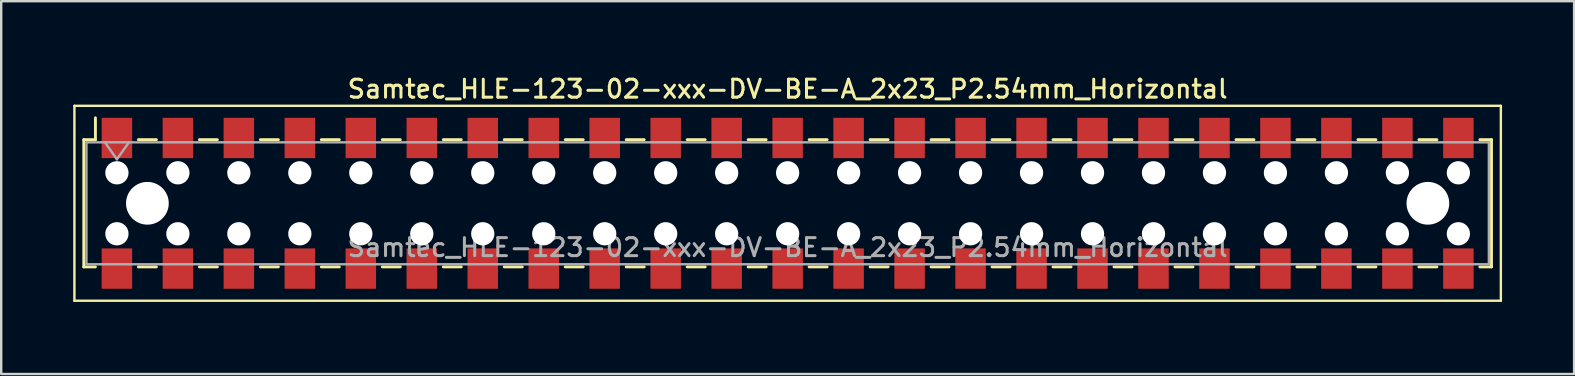
<source format=kicad_pcb>
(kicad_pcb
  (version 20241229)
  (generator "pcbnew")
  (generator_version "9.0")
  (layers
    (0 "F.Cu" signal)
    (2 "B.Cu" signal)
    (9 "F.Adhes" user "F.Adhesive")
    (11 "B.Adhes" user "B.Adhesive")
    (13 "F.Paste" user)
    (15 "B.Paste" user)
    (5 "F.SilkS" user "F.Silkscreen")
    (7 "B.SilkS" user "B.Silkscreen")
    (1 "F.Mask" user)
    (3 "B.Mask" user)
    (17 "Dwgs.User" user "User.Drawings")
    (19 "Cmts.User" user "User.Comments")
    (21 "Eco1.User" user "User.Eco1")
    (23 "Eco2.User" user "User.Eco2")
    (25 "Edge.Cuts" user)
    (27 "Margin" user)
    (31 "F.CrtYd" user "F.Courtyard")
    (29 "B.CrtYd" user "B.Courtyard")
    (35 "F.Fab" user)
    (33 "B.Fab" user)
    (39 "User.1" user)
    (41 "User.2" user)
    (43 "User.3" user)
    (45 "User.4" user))
  (footprint "Samtec_HLE-123-02-xxx-DV-BE-A_2x23_P2.54mm_Horizontal"
    (layer "F.Cu")
    (at 29.76 5.418)
    (property "Reference" "Samtec_HLE-123-02-xxx-DV-BE-A_2x23_P2.54mm_Horizontal" (at 0 -4.76 0) (layer "F.SilkS") (effects (font (size 0.75 0.75) (thickness 0.125))))
    (attr smd)
    (fp_line (start -29.71 -4.06) (end 29.71 -4.06) (stroke (width 0.1) (type solid)) (layer "F.SilkS"))
    (fp_line (start -29.71 4.06) (end -29.71 -4.06) (stroke (width 0.1) (type solid)) (layer "F.SilkS"))
    (fp_line (start -29.32 -2.65) (end -29.32 2.65) (stroke (width 0.12) (type solid)) (layer "F.SilkS"))
    (fp_line (start -29.32 2.65) (end -28.835 2.65) (stroke (width 0.12) (type solid)) (layer "F.SilkS"))
    (fp_line (start -28.835 -3.56) (end -28.835 -2.65) (stroke (width 0.12) (type solid)) (layer "F.SilkS"))
    (fp_line (start -28.835 -2.65) (end -29.32 -2.65) (stroke (width 0.12) (type solid)) (layer "F.SilkS"))
    (fp_line (start -27.045 -2.65) (end -26.295 -2.65) (stroke (width 0.12) (type solid)) (layer "F.SilkS"))
    (fp_line (start -27.045 2.65) (end -26.295 2.65) (stroke (width 0.12) (type solid)) (layer "F.SilkS"))
    (fp_line (start -24.505 -2.65) (end -23.755 -2.65) (stroke (width 0.12) (type solid)) (layer "F.SilkS"))
    (fp_line (start -24.505 2.65) (end -23.755 2.65) (stroke (width 0.12) (type solid)) (layer "F.SilkS"))
    (fp_line (start -21.965 -2.65) (end -21.215 -2.65) (stroke (width 0.12) (type solid)) (layer "F.SilkS"))
    (fp_line (start -21.965 2.65) (end -21.215 2.65) (stroke (width 0.12) (type solid)) (layer "F.SilkS"))
    (fp_line (start -19.425 -2.65) (end -18.675 -2.65) (stroke (width 0.12) (type solid)) (layer "F.SilkS"))
    (fp_line (start -19.425 2.65) (end -18.675 2.65) (stroke (width 0.12) (type solid)) (layer "F.SilkS"))
    (fp_line (start -16.885 -2.65) (end -16.135 -2.65) (stroke (width 0.12) (type solid)) (layer "F.SilkS"))
    (fp_line (start -16.885 2.65) (end -16.135 2.65) (stroke (width 0.12) (type solid)) (layer "F.SilkS"))
    (fp_line (start -14.345 -2.65) (end -13.595 -2.65) (stroke (width 0.12) (type solid)) (layer "F.SilkS"))
    (fp_line (start -14.345 2.65) (end -13.595 2.65) (stroke (width 0.12) (type solid)) (layer "F.SilkS"))
    (fp_line (start -11.805 -2.65) (end -11.055 -2.65) (stroke (width 0.12) (type solid)) (layer "F.SilkS"))
    (fp_line (start -11.805 2.65) (end -11.055 2.65) (stroke (width 0.12) (type solid)) (layer "F.SilkS"))
    (fp_line (start -9.265 -2.65) (end -8.515 -2.65) (stroke (width 0.12) (type solid)) (layer "F.SilkS"))
    (fp_line (start -9.265 2.65) (end -8.515 2.65) (stroke (width 0.12) (type solid)) (layer "F.SilkS"))
    (fp_line (start -6.725 -2.65) (end -5.975 -2.65) (stroke (width 0.12) (type solid)) (layer "F.SilkS"))
    (fp_line (start -6.725 2.65) (end -5.975 2.65) (stroke (width 0.12) (type solid)) (layer "F.SilkS"))
    (fp_line (start -4.185 -2.65) (end -3.435 -2.65) (stroke (width 0.12) (type solid)) (layer "F.SilkS"))
    (fp_line (start -4.185 2.65) (end -3.435 2.65) (stroke (width 0.12) (type solid)) (layer "F.SilkS"))
    (fp_line (start -1.645 -2.65) (end -0.895 -2.65) (stroke (width 0.12) (type solid)) (layer "F.SilkS"))
    (fp_line (start -1.645 2.65) (end -0.895 2.65) (stroke (width 0.12) (type solid)) (layer "F.SilkS"))
    (fp_line (start 0.895 -2.65) (end 1.645 -2.65) (stroke (width 0.12) (type solid)) (layer "F.SilkS"))
    (fp_line (start 0.895 2.65) (end 1.645 2.65) (stroke (width 0.12) (type solid)) (layer "F.SilkS"))
    (fp_line (start 3.435 -2.65) (end 4.185 -2.65) (stroke (width 0.12) (type solid)) (layer "F.SilkS"))
    (fp_line (start 3.435 2.65) (end 4.185 2.65) (stroke (width 0.12) (type solid)) (layer "F.SilkS"))
    (fp_line (start 5.975 -2.65) (end 6.725 -2.65) (stroke (width 0.12) (type solid)) (layer "F.SilkS"))
    (fp_line (start 5.975 2.65) (end 6.725 2.65) (stroke (width 0.12) (type solid)) (layer "F.SilkS"))
    (fp_line (start 8.515 -2.65) (end 9.265 -2.65) (stroke (width 0.12) (type solid)) (layer "F.SilkS"))
    (fp_line (start 8.515 2.65) (end 9.265 2.65) (stroke (width 0.12) (type solid)) (layer "F.SilkS"))
    (fp_line (start 11.055 -2.65) (end 11.805 -2.65) (stroke (width 0.12) (type solid)) (layer "F.SilkS"))
    (fp_line (start 11.055 2.65) (end 11.805 2.65) (stroke (width 0.12) (type solid)) (layer "F.SilkS"))
    (fp_line (start 13.595 -2.65) (end 14.345 -2.65) (stroke (width 0.12) (type solid)) (layer "F.SilkS"))
    (fp_line (start 13.595 2.65) (end 14.345 2.65) (stroke (width 0.12) (type solid)) (layer "F.SilkS"))
    (fp_line (start 16.135 -2.65) (end 16.885 -2.65) (stroke (width 0.12) (type solid)) (layer "F.SilkS"))
    (fp_line (start 16.135 2.65) (end 16.885 2.65) (stroke (width 0.12) (type solid)) (layer "F.SilkS"))
    (fp_line (start 18.675 -2.65) (end 19.425 -2.65) (stroke (width 0.12) (type solid)) (layer "F.SilkS"))
    (fp_line (start 18.675 2.65) (end 19.425 2.65) (stroke (width 0.12) (type solid)) (layer "F.SilkS"))
    (fp_line (start 21.215 -2.65) (end 21.965 -2.65) (stroke (width 0.12) (type solid)) (layer "F.SilkS"))
    (fp_line (start 21.215 2.65) (end 21.965 2.65) (stroke (width 0.12) (type solid)) (layer "F.SilkS"))
    (fp_line (start 23.755 -2.65) (end 24.505 -2.65) (stroke (width 0.12) (type solid)) (layer "F.SilkS"))
    (fp_line (start 23.755 2.65) (end 24.505 2.65) (stroke (width 0.12) (type solid)) (layer "F.SilkS"))
    (fp_line (start 26.295 -2.65) (end 27.045 -2.65) (stroke (width 0.12) (type solid)) (layer "F.SilkS"))
    (fp_line (start 26.295 2.65) (end 27.045 2.65) (stroke (width 0.12) (type solid)) (layer "F.SilkS"))
    (fp_line (start 28.835 -2.65) (end 29.32 -2.65) (stroke (width 0.12) (type solid)) (layer "F.SilkS"))
    (fp_line (start 29.32 -2.65) (end 29.32 2.65) (stroke (width 0.12) (type solid)) (layer "F.SilkS"))
    (fp_line (start 29.32 2.65) (end 28.835 2.65) (stroke (width 0.12) (type solid)) (layer "F.SilkS"))
    (fp_line (start 29.71 -4.06) (end 29.71 4.06) (stroke (width 0.1) (type solid)) (layer "F.SilkS"))
    (fp_line (start 29.71 4.06) (end -29.71 4.06) (stroke (width 0.1) (type solid)) (layer "F.SilkS"))
    (fp_line (start -29.21 -2.54) (end 29.21 -2.54) (stroke (width 0.1) (type solid)) (layer "F.Fab"))
    (fp_line (start -29.21 2.54) (end -29.21 -2.54) (stroke (width 0.1) (type solid)) (layer "F.Fab"))
    (fp_line (start -28.44 -2.54) (end -27.94 -1.833) (stroke (width 0.1) (type solid)) (layer "F.Fab"))
    (fp_line (start -27.94 -1.833) (end -27.44 -2.54) (stroke (width 0.1) (type solid)) (layer "F.Fab"))
    (fp_line (start 29.21 -2.54) (end 29.21 2.54) (stroke (width 0.1) (type solid)) (layer "F.Fab"))
    (fp_line (start 29.21 2.54) (end -29.21 2.54) (stroke (width 0.1) (type solid)) (layer "F.Fab"))
    (fp_text user "${REFERENCE}" (at 0 1.84 0) (layer "F.Fab") (effects (font (size 0.75 0.75) (thickness 0.125))))
    (pad "" np_thru_hole circle (at -27.94 -1.27) (size 0.97 0.97) (drill 0.97) (layers "*.Cu" "*.Mask"))
    (pad "" np_thru_hole circle (at -27.94 1.27) (size 0.97 0.97) (drill 0.97) (layers "*.Cu" "*.Mask"))
    (pad "" np_thru_hole circle (at -26.67 0) (size 1.78 1.78) (drill 1.78) (layers "*.Cu" "*.Mask"))
    (pad "" np_thru_hole circle (at -25.4 -1.27) (size 0.97 0.97) (drill 0.97) (layers "*.Cu" "*.Mask"))
    (pad "" np_thru_hole circle (at -25.4 1.27) (size 0.97 0.97) (drill 0.97) (layers "*.Cu" "*.Mask"))
    (pad "" np_thru_hole circle (at -22.86 -1.27) (size 0.97 0.97) (drill 0.97) (layers "*.Cu" "*.Mask"))
    (pad "" np_thru_hole circle (at -22.86 1.27) (size 0.97 0.97) (drill 0.97) (layers "*.Cu" "*.Mask"))
    (pad "" np_thru_hole circle (at -20.32 -1.27) (size 0.97 0.97) (drill 0.97) (layers "*.Cu" "*.Mask"))
    (pad "" np_thru_hole circle (at -20.32 1.27) (size 0.97 0.97) (drill 0.97) (layers "*.Cu" "*.Mask"))
    (pad "" np_thru_hole circle (at -17.78 -1.27) (size 0.97 0.97) (drill 0.97) (layers "*.Cu" "*.Mask"))
    (pad "" np_thru_hole circle (at -17.78 1.27) (size 0.97 0.97) (drill 0.97) (layers "*.Cu" "*.Mask"))
    (pad "" np_thru_hole circle (at -15.24 -1.27) (size 0.97 0.97) (drill 0.97) (layers "*.Cu" "*.Mask"))
    (pad "" np_thru_hole circle (at -15.24 1.27) (size 0.97 0.97) (drill 0.97) (layers "*.Cu" "*.Mask"))
    (pad "" np_thru_hole circle (at -12.7 -1.27) (size 0.97 0.97) (drill 0.97) (layers "*.Cu" "*.Mask"))
    (pad "" np_thru_hole circle (at -12.7 1.27) (size 0.97 0.97) (drill 0.97) (layers "*.Cu" "*.Mask"))
    (pad "" np_thru_hole circle (at -10.16 -1.27) (size 0.97 0.97) (drill 0.97) (layers "*.Cu" "*.Mask"))
    (pad "" np_thru_hole circle (at -10.16 1.27) (size 0.97 0.97) (drill 0.97) (layers "*.Cu" "*.Mask"))
    (pad "" np_thru_hole circle (at -7.62 -1.27) (size 0.97 0.97) (drill 0.97) (layers "*.Cu" "*.Mask"))
    (pad "" np_thru_hole circle (at -7.62 1.27) (size 0.97 0.97) (drill 0.97) (layers "*.Cu" "*.Mask"))
    (pad "" np_thru_hole circle (at -5.08 -1.27) (size 0.97 0.97) (drill 0.97) (layers "*.Cu" "*.Mask"))
    (pad "" np_thru_hole circle (at -5.08 1.27) (size 0.97 0.97) (drill 0.97) (layers "*.Cu" "*.Mask"))
    (pad "" np_thru_hole circle (at -2.54 -1.27) (size 0.97 0.97) (drill 0.97) (layers "*.Cu" "*.Mask"))
    (pad "" np_thru_hole circle (at -2.54 1.27) (size 0.97 0.97) (drill 0.97) (layers "*.Cu" "*.Mask"))
    (pad "" np_thru_hole circle (at 0 -1.27) (size 0.97 0.97) (drill 0.97) (layers "*.Cu" "*.Mask"))
    (pad "" np_thru_hole circle (at 0 1.27) (size 0.97 0.97) (drill 0.97) (layers "*.Cu" "*.Mask"))
    (pad "" np_thru_hole circle (at 2.54 -1.27) (size 0.97 0.97) (drill 0.97) (layers "*.Cu" "*.Mask"))
    (pad "" np_thru_hole circle (at 2.54 1.27) (size 0.97 0.97) (drill 0.97) (layers "*.Cu" "*.Mask"))
    (pad "" np_thru_hole circle (at 5.08 -1.27) (size 0.97 0.97) (drill 0.97) (layers "*.Cu" "*.Mask"))
    (pad "" np_thru_hole circle (at 5.08 1.27) (size 0.97 0.97) (drill 0.97) (layers "*.Cu" "*.Mask"))
    (pad "" np_thru_hole circle (at 7.62 -1.27) (size 0.97 0.97) (drill 0.97) (layers "*.Cu" "*.Mask"))
    (pad "" np_thru_hole circle (at 7.62 1.27) (size 0.97 0.97) (drill 0.97) (layers "*.Cu" "*.Mask"))
    (pad "" np_thru_hole circle (at 10.16 -1.27) (size 0.97 0.97) (drill 0.97) (layers "*.Cu" "*.Mask"))
    (pad "" np_thru_hole circle (at 10.16 1.27) (size 0.97 0.97) (drill 0.97) (layers "*.Cu" "*.Mask"))
    (pad "" np_thru_hole circle (at 12.7 -1.27) (size 0.97 0.97) (drill 0.97) (layers "*.Cu" "*.Mask"))
    (pad "" np_thru_hole circle (at 12.7 1.27) (size 0.97 0.97) (drill 0.97) (layers "*.Cu" "*.Mask"))
    (pad "" np_thru_hole circle (at 15.24 -1.27) (size 0.97 0.97) (drill 0.97) (layers "*.Cu" "*.Mask"))
    (pad "" np_thru_hole circle (at 15.24 1.27) (size 0.97 0.97) (drill 0.97) (layers "*.Cu" "*.Mask"))
    (pad "" np_thru_hole circle (at 17.78 -1.27) (size 0.97 0.97) (drill 0.97) (layers "*.Cu" "*.Mask"))
    (pad "" np_thru_hole circle (at 17.78 1.27) (size 0.97 0.97) (drill 0.97) (layers "*.Cu" "*.Mask"))
    (pad "" np_thru_hole circle (at 20.32 -1.27) (size 0.97 0.97) (drill 0.97) (layers "*.Cu" "*.Mask"))
    (pad "" np_thru_hole circle (at 20.32 1.27) (size 0.97 0.97) (drill 0.97) (layers "*.Cu" "*.Mask"))
    (pad "" np_thru_hole circle (at 22.86 -1.27) (size 0.97 0.97) (drill 0.97) (layers "*.Cu" "*.Mask"))
    (pad "" np_thru_hole circle (at 22.86 1.27) (size 0.97 0.97) (drill 0.97) (layers "*.Cu" "*.Mask"))
    (pad "" np_thru_hole circle (at 25.4 -1.27) (size 0.97 0.97) (drill 0.97) (layers "*.Cu" "*.Mask"))
    (pad "" np_thru_hole circle (at 25.4 1.27) (size 0.97 0.97) (drill 0.97) (layers "*.Cu" "*.Mask"))
    (pad "" np_thru_hole circle (at 26.67 0) (size 1.78 1.78) (drill 1.78) (layers "*.Cu" "*.Mask"))
    (pad "" np_thru_hole circle (at 27.94 -1.27) (size 0.97 0.97) (drill 0.97) (layers "*.Cu" "*.Mask"))
    (pad "" np_thru_hole circle (at 27.94 1.27) (size 0.97 0.97) (drill 0.97) (layers "*.Cu" "*.Mask"))
    (pad "1" smd rect (at -27.94 -2.72) (size 1.27 1.68) (layers "F.Cu" "F.Mask" "F.Paste"))
    (pad "2" smd rect (at -27.94 2.72) (size 1.27 1.68) (layers "F.Cu" "F.Mask" "F.Paste"))
    (pad "3" smd rect (at -25.4 -2.72) (size 1.27 1.68) (layers "F.Cu" "F.Mask" "F.Paste"))
    (pad "4" smd rect (at -25.4 2.72) (size 1.27 1.68) (layers "F.Cu" "F.Mask" "F.Paste"))
    (pad "5" smd rect (at -22.86 -2.72) (size 1.27 1.68) (layers "F.Cu" "F.Mask" "F.Paste"))
    (pad "6" smd rect (at -22.86 2.72) (size 1.27 1.68) (layers "F.Cu" "F.Mask" "F.Paste"))
    (pad "7" smd rect (at -20.32 -2.72) (size 1.27 1.68) (layers "F.Cu" "F.Mask" "F.Paste"))
    (pad "8" smd rect (at -20.32 2.72) (size 1.27 1.68) (layers "F.Cu" "F.Mask" "F.Paste"))
    (pad "9" smd rect (at -17.78 -2.72) (size 1.27 1.68) (layers "F.Cu" "F.Mask" "F.Paste"))
    (pad "10" smd rect (at -17.78 2.72) (size 1.27 1.68) (layers "F.Cu" "F.Mask" "F.Paste"))
    (pad "11" smd rect (at -15.24 -2.72) (size 1.27 1.68) (layers "F.Cu" "F.Mask" "F.Paste"))
    (pad "12" smd rect (at -15.24 2.72) (size 1.27 1.68) (layers "F.Cu" "F.Mask" "F.Paste"))
    (pad "13" smd rect (at -12.7 -2.72) (size 1.27 1.68) (layers "F.Cu" "F.Mask" "F.Paste"))
    (pad "14" smd rect (at -12.7 2.72) (size 1.27 1.68) (layers "F.Cu" "F.Mask" "F.Paste"))
    (pad "15" smd rect (at -10.16 -2.72) (size 1.27 1.68) (layers "F.Cu" "F.Mask" "F.Paste"))
    (pad "16" smd rect (at -10.16 2.72) (size 1.27 1.68) (layers "F.Cu" "F.Mask" "F.Paste"))
    (pad "17" smd rect (at -7.62 -2.72) (size 1.27 1.68) (layers "F.Cu" "F.Mask" "F.Paste"))
    (pad "18" smd rect (at -7.62 2.72) (size 1.27 1.68) (layers "F.Cu" "F.Mask" "F.Paste"))
    (pad "19" smd rect (at -5.08 -2.72) (size 1.27 1.68) (layers "F.Cu" "F.Mask" "F.Paste"))
    (pad "20" smd rect (at -5.08 2.72) (size 1.27 1.68) (layers "F.Cu" "F.Mask" "F.Paste"))
    (pad "21" smd rect (at -2.54 -2.72) (size 1.27 1.68) (layers "F.Cu" "F.Mask" "F.Paste"))
    (pad "22" smd rect (at -2.54 2.72) (size 1.27 1.68) (layers "F.Cu" "F.Mask" "F.Paste"))
    (pad "23" smd rect (at 0 -2.72) (size 1.27 1.68) (layers "F.Cu" "F.Mask" "F.Paste"))
    (pad "24" smd rect (at 0 2.72) (size 1.27 1.68) (layers "F.Cu" "F.Mask" "F.Paste"))
    (pad "25" smd rect (at 2.54 -2.72) (size 1.27 1.68) (layers "F.Cu" "F.Mask" "F.Paste"))
    (pad "26" smd rect (at 2.54 2.72) (size 1.27 1.68) (layers "F.Cu" "F.Mask" "F.Paste"))
    (pad "27" smd rect (at 5.08 -2.72) (size 1.27 1.68) (layers "F.Cu" "F.Mask" "F.Paste"))
    (pad "28" smd rect (at 5.08 2.72) (size 1.27 1.68) (layers "F.Cu" "F.Mask" "F.Paste"))
    (pad "29" smd rect (at 7.62 -2.72) (size 1.27 1.68) (layers "F.Cu" "F.Mask" "F.Paste"))
    (pad "30" smd rect (at 7.62 2.72) (size 1.27 1.68) (layers "F.Cu" "F.Mask" "F.Paste"))
    (pad "31" smd rect (at 10.16 -2.72) (size 1.27 1.68) (layers "F.Cu" "F.Mask" "F.Paste"))
    (pad "32" smd rect (at 10.16 2.72) (size 1.27 1.68) (layers "F.Cu" "F.Mask" "F.Paste"))
    (pad "33" smd rect (at 12.7 -2.72) (size 1.27 1.68) (layers "F.Cu" "F.Mask" "F.Paste"))
    (pad "34" smd rect (at 12.7 2.72) (size 1.27 1.68) (layers "F.Cu" "F.Mask" "F.Paste"))
    (pad "35" smd rect (at 15.24 -2.72) (size 1.27 1.68) (layers "F.Cu" "F.Mask" "F.Paste"))
    (pad "36" smd rect (at 15.24 2.72) (size 1.27 1.68) (layers "F.Cu" "F.Mask" "F.Paste"))
    (pad "37" smd rect (at 17.78 -2.72) (size 1.27 1.68) (layers "F.Cu" "F.Mask" "F.Paste"))
    (pad "38" smd rect (at 17.78 2.72) (size 1.27 1.68) (layers "F.Cu" "F.Mask" "F.Paste"))
    (pad "39" smd rect (at 20.32 -2.72) (size 1.27 1.68) (layers "F.Cu" "F.Mask" "F.Paste"))
    (pad "40" smd rect (at 20.32 2.72) (size 1.27 1.68) (layers "F.Cu" "F.Mask" "F.Paste"))
    (pad "41" smd rect (at 22.86 -2.72) (size 1.27 1.68) (layers "F.Cu" "F.Mask" "F.Paste"))
    (pad "42" smd rect (at 22.86 2.72) (size 1.27 1.68) (layers "F.Cu" "F.Mask" "F.Paste"))
    (pad "43" smd rect (at 25.4 -2.72) (size 1.27 1.68) (layers "F.Cu" "F.Mask" "F.Paste"))
    (pad "44" smd rect (at 25.4 2.72) (size 1.27 1.68) (layers "F.Cu" "F.Mask" "F.Paste"))
    (pad "45" smd rect (at 27.94 -2.72) (size 1.27 1.68) (layers "F.Cu" "F.Mask" "F.Paste"))
    (pad "46" smd rect (at 27.94 2.72) (size 1.27 1.68) (layers "F.Cu" "F.Mask" "F.Paste")))
  (gr_rect
    (start -3 -3)
    (end 62.52 12.528)
    (stroke (width 0.1) (type default))
    (fill no)
    (layer "Edge.Cuts")))
</source>
